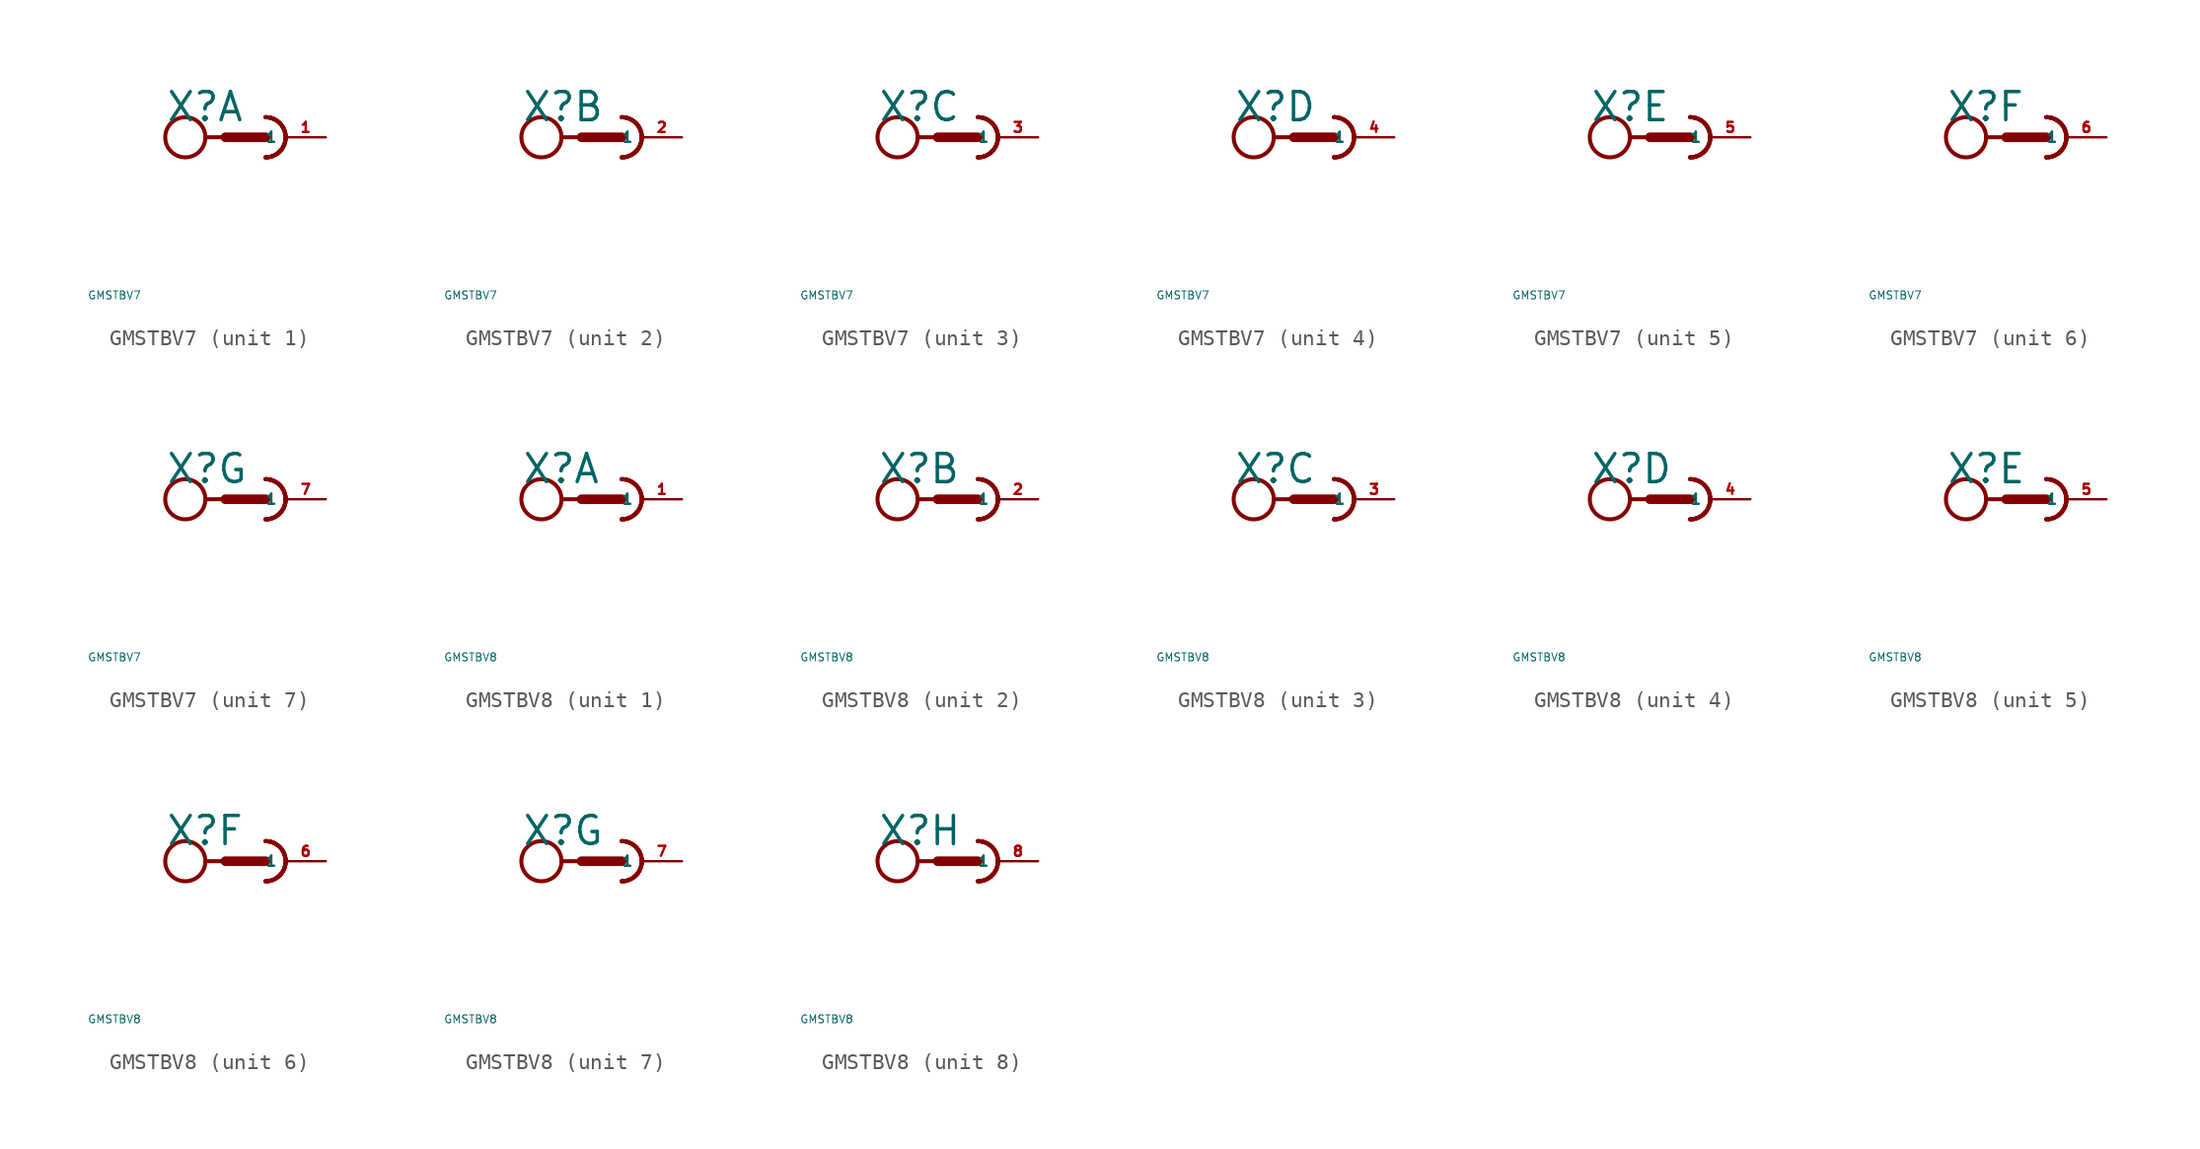
<source format=kicad_sym>
(kicad_symbol_lib
  (version 20220914)
  (generator Eagle2Kicad)
  (symbol "GMSTBV7"
    (property "Reference" "X"
      (at -5.08 0.889 0)
      (effects (font (size 1.778 1.778) (thickness 0.22)) (justify left bottom)))
    (property "Value" "GMSTBV7"
      (at -10 -10 0)
      (effects (font (size 0.5 0.5) (thickness 0.06)) (justify left)))
    (symbol "GMSTBV7_1_0"
      (arc (start 1.27 -1.27) (mid 2.540 0.000) (end 1.27 1.27) (stroke (width 0.254) (type default)) (fill (type none)))
      (arc (start 1.27 -1.27) (mid 2.540 0.000) (end 1.27 1.27) (stroke (width 0.254) (type default)) (fill (type none)))
      (arc (start 1.27 -1.27) (mid 2.540 0.000) (end 1.27 1.27) (stroke (width 0.254) (type default)) (fill (type none)))
      (polyline (pts (xy -2.54 0) (xy -1.27 0)) (stroke (width 0.254) (type default)) (fill (type none)))
      (polyline (pts (xy -1.27 0) (xy 1.27 0)) (stroke (width 0.61) (type default)) (fill (type none)))
      (arc (start 1.27 -1.27) (mid 2.540 0.000) (end 1.27 1.27) (stroke (width 0.254) (type default)) (fill (type none)))
      (circle (center -3.81 0) (radius 1.27) (stroke (width 0.254) (type default)) (fill (type none)))
      (pin passive line (at 5.08 0 180) (length 2.54) (name "1" (effects (font (size 0.635 0.635) (thickness 0.08)) (justify left bottom))) (number "1" (effects (font (size 0.635 0.635) (thickness 0.08)) (justify left bottom)))))
    (symbol "GMSTBV7_2_0"
      (arc (start 1.27 -1.27) (mid 2.540 0.000) (end 1.27 1.27) (stroke (width 0.254) (type default)) (fill (type none)))
      (arc (start 1.27 -1.27) (mid 2.540 0.000) (end 1.27 1.27) (stroke (width 0.254) (type default)) (fill (type none)))
      (arc (start 1.27 -1.27) (mid 2.540 0.000) (end 1.27 1.27) (stroke (width 0.254) (type default)) (fill (type none)))
      (polyline (pts (xy -2.54 0) (xy -1.27 0)) (stroke (width 0.254) (type default)) (fill (type none)))
      (polyline (pts (xy -1.27 0) (xy 1.27 0)) (stroke (width 0.61) (type default)) (fill (type none)))
      (arc (start 1.27 -1.27) (mid 2.540 0.000) (end 1.27 1.27) (stroke (width 0.254) (type default)) (fill (type none)))
      (circle (center -3.81 0) (radius 1.27) (stroke (width 0.254) (type default)) (fill (type none)))
      (pin passive line (at 5.08 0 180) (length 2.54) (name "1" (effects (font (size 0.635 0.635) (thickness 0.08)) (justify left bottom))) (number "2" (effects (font (size 0.635 0.635) (thickness 0.08)) (justify left bottom)))))
    (symbol "GMSTBV7_3_0"
      (arc (start 1.27 -1.27) (mid 2.540 0.000) (end 1.27 1.27) (stroke (width 0.254) (type default)) (fill (type none)))
      (arc (start 1.27 -1.27) (mid 2.540 0.000) (end 1.27 1.27) (stroke (width 0.254) (type default)) (fill (type none)))
      (arc (start 1.27 -1.27) (mid 2.540 0.000) (end 1.27 1.27) (stroke (width 0.254) (type default)) (fill (type none)))
      (polyline (pts (xy -2.54 0) (xy -1.27 0)) (stroke (width 0.254) (type default)) (fill (type none)))
      (polyline (pts (xy -1.27 0) (xy 1.27 0)) (stroke (width 0.61) (type default)) (fill (type none)))
      (arc (start 1.27 -1.27) (mid 2.540 0.000) (end 1.27 1.27) (stroke (width 0.254) (type default)) (fill (type none)))
      (circle (center -3.81 0) (radius 1.27) (stroke (width 0.254) (type default)) (fill (type none)))
      (pin passive line (at 5.08 0 180) (length 2.54) (name "1" (effects (font (size 0.635 0.635) (thickness 0.08)) (justify left bottom))) (number "3" (effects (font (size 0.635 0.635) (thickness 0.08)) (justify left bottom)))))
    (symbol "GMSTBV7_4_0"
      (arc (start 1.27 -1.27) (mid 2.540 0.000) (end 1.27 1.27) (stroke (width 0.254) (type default)) (fill (type none)))
      (arc (start 1.27 -1.27) (mid 2.540 0.000) (end 1.27 1.27) (stroke (width 0.254) (type default)) (fill (type none)))
      (arc (start 1.27 -1.27) (mid 2.540 0.000) (end 1.27 1.27) (stroke (width 0.254) (type default)) (fill (type none)))
      (polyline (pts (xy -2.54 0) (xy -1.27 0)) (stroke (width 0.254) (type default)) (fill (type none)))
      (polyline (pts (xy -1.27 0) (xy 1.27 0)) (stroke (width 0.61) (type default)) (fill (type none)))
      (arc (start 1.27 -1.27) (mid 2.540 0.000) (end 1.27 1.27) (stroke (width 0.254) (type default)) (fill (type none)))
      (circle (center -3.81 0) (radius 1.27) (stroke (width 0.254) (type default)) (fill (type none)))
      (pin passive line (at 5.08 0 180) (length 2.54) (name "1" (effects (font (size 0.635 0.635) (thickness 0.08)) (justify left bottom))) (number "4" (effects (font (size 0.635 0.635) (thickness 0.08)) (justify left bottom)))))
    (symbol "GMSTBV7_5_0"
      (arc (start 1.27 -1.27) (mid 2.540 0.000) (end 1.27 1.27) (stroke (width 0.254) (type default)) (fill (type none)))
      (arc (start 1.27 -1.27) (mid 2.540 0.000) (end 1.27 1.27) (stroke (width 0.254) (type default)) (fill (type none)))
      (arc (start 1.27 -1.27) (mid 2.540 0.000) (end 1.27 1.27) (stroke (width 0.254) (type default)) (fill (type none)))
      (polyline (pts (xy -2.54 0) (xy -1.27 0)) (stroke (width 0.254) (type default)) (fill (type none)))
      (polyline (pts (xy -1.27 0) (xy 1.27 0)) (stroke (width 0.61) (type default)) (fill (type none)))
      (arc (start 1.27 -1.27) (mid 2.540 0.000) (end 1.27 1.27) (stroke (width 0.254) (type default)) (fill (type none)))
      (circle (center -3.81 0) (radius 1.27) (stroke (width 0.254) (type default)) (fill (type none)))
      (pin passive line (at 5.08 0 180) (length 2.54) (name "1" (effects (font (size 0.635 0.635) (thickness 0.08)) (justify left bottom))) (number "5" (effects (font (size 0.635 0.635) (thickness 0.08)) (justify left bottom)))))
    (symbol "GMSTBV7_6_0"
      (arc (start 1.27 -1.27) (mid 2.540 0.000) (end 1.27 1.27) (stroke (width 0.254) (type default)) (fill (type none)))
      (arc (start 1.27 -1.27) (mid 2.540 0.000) (end 1.27 1.27) (stroke (width 0.254) (type default)) (fill (type none)))
      (arc (start 1.27 -1.27) (mid 2.540 0.000) (end 1.27 1.27) (stroke (width 0.254) (type default)) (fill (type none)))
      (polyline (pts (xy -2.54 0) (xy -1.27 0)) (stroke (width 0.254) (type default)) (fill (type none)))
      (polyline (pts (xy -1.27 0) (xy 1.27 0)) (stroke (width 0.61) (type default)) (fill (type none)))
      (arc (start 1.27 -1.27) (mid 2.540 0.000) (end 1.27 1.27) (stroke (width 0.254) (type default)) (fill (type none)))
      (circle (center -3.81 0) (radius 1.27) (stroke (width 0.254) (type default)) (fill (type none)))
      (pin passive line (at 5.08 0 180) (length 2.54) (name "1" (effects (font (size 0.635 0.635) (thickness 0.08)) (justify left bottom))) (number "6" (effects (font (size 0.635 0.635) (thickness 0.08)) (justify left bottom)))))
    (symbol "GMSTBV7_7_0"
      (arc (start 1.27 -1.27) (mid 2.540 0.000) (end 1.27 1.27) (stroke (width 0.254) (type default)) (fill (type none)))
      (arc (start 1.27 -1.27) (mid 2.540 0.000) (end 1.27 1.27) (stroke (width 0.254) (type default)) (fill (type none)))
      (arc (start 1.27 -1.27) (mid 2.540 0.000) (end 1.27 1.27) (stroke (width 0.254) (type default)) (fill (type none)))
      (polyline (pts (xy -2.54 0) (xy -1.27 0)) (stroke (width 0.254) (type default)) (fill (type none)))
      (polyline (pts (xy -1.27 0) (xy 1.27 0)) (stroke (width 0.61) (type default)) (fill (type none)))
      (arc (start 1.27 -1.27) (mid 2.540 0.000) (end 1.27 1.27) (stroke (width 0.254) (type default)) (fill (type none)))
      (circle (center -3.81 0) (radius 1.27) (stroke (width 0.254) (type default)) (fill (type none)))
      (pin passive line (at 5.08 0 180) (length 2.54) (name "1" (effects (font (size 0.635 0.635) (thickness 0.08)) (justify left bottom))) (number "7" (effects (font (size 0.635 0.635) (thickness 0.08)) (justify left bottom))))))
  (symbol "GMSTBV8"
    (property "Reference" "X"
      (at -5.08 0.889 0)
      (effects (font (size 1.778 1.778) (thickness 0.22)) (justify left bottom)))
    (property "Value" "GMSTBV8"
      (at -10 -10 0)
      (effects (font (size 0.5 0.5) (thickness 0.06)) (justify left)))
    (symbol "GMSTBV8_1_0"
      (arc (start 1.27 -1.27) (mid 2.540 0.000) (end 1.27 1.27) (stroke (width 0.254) (type default)) (fill (type none)))
      (arc (start 1.27 -1.27) (mid 2.540 0.000) (end 1.27 1.27) (stroke (width 0.254) (type default)) (fill (type none)))
      (arc (start 1.27 -1.27) (mid 2.540 0.000) (end 1.27 1.27) (stroke (width 0.254) (type default)) (fill (type none)))
      (polyline (pts (xy -2.54 0) (xy -1.27 0)) (stroke (width 0.254) (type default)) (fill (type none)))
      (polyline (pts (xy -1.27 0) (xy 1.27 0)) (stroke (width 0.61) (type default)) (fill (type none)))
      (arc (start 1.27 -1.27) (mid 2.540 0.000) (end 1.27 1.27) (stroke (width 0.254) (type default)) (fill (type none)))
      (circle (center -3.81 0) (radius 1.27) (stroke (width 0.254) (type default)) (fill (type none)))
      (pin passive line (at 5.08 0 180) (length 2.54) (name "1" (effects (font (size 0.635 0.635) (thickness 0.08)) (justify left bottom))) (number "1" (effects (font (size 0.635 0.635) (thickness 0.08)) (justify left bottom)))))
    (symbol "GMSTBV8_2_0"
      (arc (start 1.27 -1.27) (mid 2.540 0.000) (end 1.27 1.27) (stroke (width 0.254) (type default)) (fill (type none)))
      (arc (start 1.27 -1.27) (mid 2.540 0.000) (end 1.27 1.27) (stroke (width 0.254) (type default)) (fill (type none)))
      (arc (start 1.27 -1.27) (mid 2.540 0.000) (end 1.27 1.27) (stroke (width 0.254) (type default)) (fill (type none)))
      (polyline (pts (xy -2.54 0) (xy -1.27 0)) (stroke (width 0.254) (type default)) (fill (type none)))
      (polyline (pts (xy -1.27 0) (xy 1.27 0)) (stroke (width 0.61) (type default)) (fill (type none)))
      (arc (start 1.27 -1.27) (mid 2.540 0.000) (end 1.27 1.27) (stroke (width 0.254) (type default)) (fill (type none)))
      (circle (center -3.81 0) (radius 1.27) (stroke (width 0.254) (type default)) (fill (type none)))
      (pin passive line (at 5.08 0 180) (length 2.54) (name "1" (effects (font (size 0.635 0.635) (thickness 0.08)) (justify left bottom))) (number "2" (effects (font (size 0.635 0.635) (thickness 0.08)) (justify left bottom)))))
    (symbol "GMSTBV8_3_0"
      (arc (start 1.27 -1.27) (mid 2.540 0.000) (end 1.27 1.27) (stroke (width 0.254) (type default)) (fill (type none)))
      (arc (start 1.27 -1.27) (mid 2.540 0.000) (end 1.27 1.27) (stroke (width 0.254) (type default)) (fill (type none)))
      (arc (start 1.27 -1.27) (mid 2.540 0.000) (end 1.27 1.27) (stroke (width 0.254) (type default)) (fill (type none)))
      (polyline (pts (xy -2.54 0) (xy -1.27 0)) (stroke (width 0.254) (type default)) (fill (type none)))
      (polyline (pts (xy -1.27 0) (xy 1.27 0)) (stroke (width 0.61) (type default)) (fill (type none)))
      (arc (start 1.27 -1.27) (mid 2.540 0.000) (end 1.27 1.27) (stroke (width 0.254) (type default)) (fill (type none)))
      (circle (center -3.81 0) (radius 1.27) (stroke (width 0.254) (type default)) (fill (type none)))
      (pin passive line (at 5.08 0 180) (length 2.54) (name "1" (effects (font (size 0.635 0.635) (thickness 0.08)) (justify left bottom))) (number "3" (effects (font (size 0.635 0.635) (thickness 0.08)) (justify left bottom)))))
    (symbol "GMSTBV8_4_0"
      (arc (start 1.27 -1.27) (mid 2.540 0.000) (end 1.27 1.27) (stroke (width 0.254) (type default)) (fill (type none)))
      (arc (start 1.27 -1.27) (mid 2.540 0.000) (end 1.27 1.27) (stroke (width 0.254) (type default)) (fill (type none)))
      (arc (start 1.27 -1.27) (mid 2.540 0.000) (end 1.27 1.27) (stroke (width 0.254) (type default)) (fill (type none)))
      (polyline (pts (xy -2.54 0) (xy -1.27 0)) (stroke (width 0.254) (type default)) (fill (type none)))
      (polyline (pts (xy -1.27 0) (xy 1.27 0)) (stroke (width 0.61) (type default)) (fill (type none)))
      (arc (start 1.27 -1.27) (mid 2.540 0.000) (end 1.27 1.27) (stroke (width 0.254) (type default)) (fill (type none)))
      (circle (center -3.81 0) (radius 1.27) (stroke (width 0.254) (type default)) (fill (type none)))
      (pin passive line (at 5.08 0 180) (length 2.54) (name "1" (effects (font (size 0.635 0.635) (thickness 0.08)) (justify left bottom))) (number "4" (effects (font (size 0.635 0.635) (thickness 0.08)) (justify left bottom)))))
    (symbol "GMSTBV8_5_0"
      (arc (start 1.27 -1.27) (mid 2.540 0.000) (end 1.27 1.27) (stroke (width 0.254) (type default)) (fill (type none)))
      (arc (start 1.27 -1.27) (mid 2.540 0.000) (end 1.27 1.27) (stroke (width 0.254) (type default)) (fill (type none)))
      (arc (start 1.27 -1.27) (mid 2.540 0.000) (end 1.27 1.27) (stroke (width 0.254) (type default)) (fill (type none)))
      (polyline (pts (xy -2.54 0) (xy -1.27 0)) (stroke (width 0.254) (type default)) (fill (type none)))
      (polyline (pts (xy -1.27 0) (xy 1.27 0)) (stroke (width 0.61) (type default)) (fill (type none)))
      (arc (start 1.27 -1.27) (mid 2.540 0.000) (end 1.27 1.27) (stroke (width 0.254) (type default)) (fill (type none)))
      (circle (center -3.81 0) (radius 1.27) (stroke (width 0.254) (type default)) (fill (type none)))
      (pin passive line (at 5.08 0 180) (length 2.54) (name "1" (effects (font (size 0.635 0.635) (thickness 0.08)) (justify left bottom))) (number "5" (effects (font (size 0.635 0.635) (thickness 0.08)) (justify left bottom)))))
    (symbol "GMSTBV8_6_0"
      (arc (start 1.27 -1.27) (mid 2.540 0.000) (end 1.27 1.27) (stroke (width 0.254) (type default)) (fill (type none)))
      (arc (start 1.27 -1.27) (mid 2.540 0.000) (end 1.27 1.27) (stroke (width 0.254) (type default)) (fill (type none)))
      (arc (start 1.27 -1.27) (mid 2.540 0.000) (end 1.27 1.27) (stroke (width 0.254) (type default)) (fill (type none)))
      (polyline (pts (xy -2.54 0) (xy -1.27 0)) (stroke (width 0.254) (type default)) (fill (type none)))
      (polyline (pts (xy -1.27 0) (xy 1.27 0)) (stroke (width 0.61) (type default)) (fill (type none)))
      (arc (start 1.27 -1.27) (mid 2.540 0.000) (end 1.27 1.27) (stroke (width 0.254) (type default)) (fill (type none)))
      (circle (center -3.81 0) (radius 1.27) (stroke (width 0.254) (type default)) (fill (type none)))
      (pin passive line (at 5.08 0 180) (length 2.54) (name "1" (effects (font (size 0.635 0.635) (thickness 0.08)) (justify left bottom))) (number "6" (effects (font (size 0.635 0.635) (thickness 0.08)) (justify left bottom)))))
    (symbol "GMSTBV8_7_0"
      (arc (start 1.27 -1.27) (mid 2.540 0.000) (end 1.27 1.27) (stroke (width 0.254) (type default)) (fill (type none)))
      (arc (start 1.27 -1.27) (mid 2.540 0.000) (end 1.27 1.27) (stroke (width 0.254) (type default)) (fill (type none)))
      (arc (start 1.27 -1.27) (mid 2.540 0.000) (end 1.27 1.27) (stroke (width 0.254) (type default)) (fill (type none)))
      (polyline (pts (xy -2.54 0) (xy -1.27 0)) (stroke (width 0.254) (type default)) (fill (type none)))
      (polyline (pts (xy -1.27 0) (xy 1.27 0)) (stroke (width 0.61) (type default)) (fill (type none)))
      (arc (start 1.27 -1.27) (mid 2.540 0.000) (end 1.27 1.27) (stroke (width 0.254) (type default)) (fill (type none)))
      (circle (center -3.81 0) (radius 1.27) (stroke (width 0.254) (type default)) (fill (type none)))
      (pin passive line (at 5.08 0 180) (length 2.54) (name "1" (effects (font (size 0.635 0.635) (thickness 0.08)) (justify left bottom))) (number "7" (effects (font (size 0.635 0.635) (thickness 0.08)) (justify left bottom)))))
    (symbol "GMSTBV8_8_0"
      (arc (start 1.27 -1.27) (mid 2.540 0.000) (end 1.27 1.27) (stroke (width 0.254) (type default)) (fill (type none)))
      (arc (start 1.27 -1.27) (mid 2.540 0.000) (end 1.27 1.27) (stroke (width 0.254) (type default)) (fill (type none)))
      (arc (start 1.27 -1.27) (mid 2.540 0.000) (end 1.27 1.27) (stroke (width 0.254) (type default)) (fill (type none)))
      (polyline (pts (xy -2.54 0) (xy -1.27 0)) (stroke (width 0.254) (type default)) (fill (type none)))
      (polyline (pts (xy -1.27 0) (xy 1.27 0)) (stroke (width 0.61) (type default)) (fill (type none)))
      (arc (start 1.27 -1.27) (mid 2.540 0.000) (end 1.27 1.27) (stroke (width 0.254) (type default)) (fill (type none)))
      (circle (center -3.81 0) (radius 1.27) (stroke (width 0.254) (type default)) (fill (type none)))
      (pin passive line (at 5.08 0 180) (length 2.54) (name "1" (effects (font (size 0.635 0.635) (thickness 0.08)) (justify left bottom))) (number "8" (effects (font (size 0.635 0.635) (thickness 0.08)) (justify left bottom)))))))
</source>
